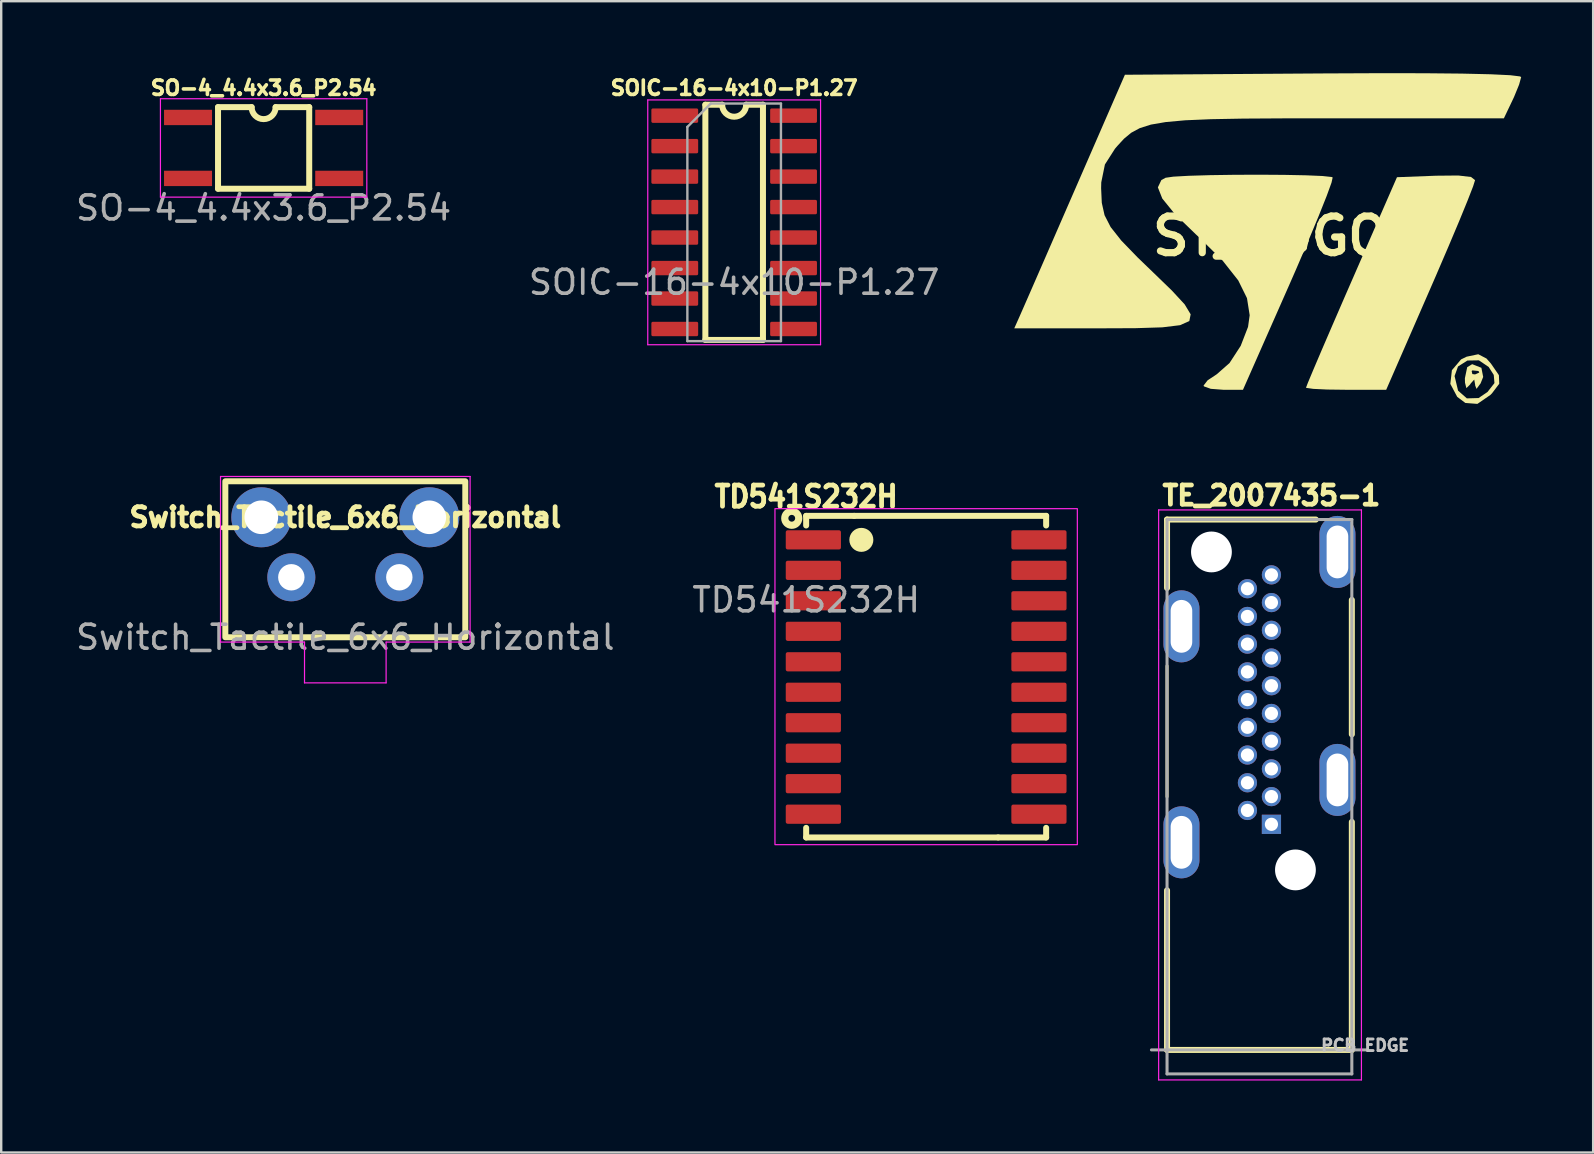
<source format=kicad_pcb>
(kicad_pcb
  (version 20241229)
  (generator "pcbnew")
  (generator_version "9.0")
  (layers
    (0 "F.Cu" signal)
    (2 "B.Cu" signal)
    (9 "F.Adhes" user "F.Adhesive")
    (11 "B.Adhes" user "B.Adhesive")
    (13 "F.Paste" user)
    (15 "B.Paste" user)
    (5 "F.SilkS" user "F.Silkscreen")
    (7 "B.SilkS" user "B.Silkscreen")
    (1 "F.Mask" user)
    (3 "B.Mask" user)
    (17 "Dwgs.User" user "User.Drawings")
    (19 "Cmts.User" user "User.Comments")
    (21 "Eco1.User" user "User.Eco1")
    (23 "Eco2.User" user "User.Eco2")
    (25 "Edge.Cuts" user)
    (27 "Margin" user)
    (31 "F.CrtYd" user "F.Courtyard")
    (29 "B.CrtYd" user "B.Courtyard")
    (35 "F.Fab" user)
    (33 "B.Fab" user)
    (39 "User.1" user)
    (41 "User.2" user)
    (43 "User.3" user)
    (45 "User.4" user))
  (footprint "ST_LOGO"
    (layer "F.Cu")
    (at 49.877 6.789)
    (property "Reference" "ST_LOGO" (at 0 0 0) (layer "F.SilkS") (effects (font (size 1.524 1.524) (thickness 0.3))))
    (attr board_only exclude_from_pos_files exclude_from_bom)
    (fp_poly (pts (xy 8.371 -2.464) (xy 8.538 -2.332) (xy 8.456 -2.072) (xy 8.226 -1.481) (xy 7.874 -0.62) (xy 7.423 0.449) (xy 6.9 1.667) (xy 6.686 2.159) (xy 4.835 6.403) (xy 3.165 6.403) (xy 2.381 6.393) (xy 1.795 6.365) (xy 1.507 6.324) (xy 1.494 6.313) (xy 1.576 6.1) (xy 1.805 5.553) (xy 2.156 4.729) (xy 2.606 3.685) (xy 3.129 2.479) (xy 3.389 1.884) (xy 5.284 -2.455) (xy 6.911 -2.517) (xy 7.838 -2.526)) (stroke (width 0) (type solid)) (fill yes) (layer "F.SilkS"))
    (fp_poly (pts (xy 8.802 5.487) (xy 8.876 5.868) (xy 8.769 6.135) (xy 8.598 6.366) (xy 8.542 6.219) (xy 8.541 6.19) (xy 8.504 5.977) (xy 8.359 6.137) (xy 8.324 6.19) (xy 8.176 6.334) (xy 8.119 6.11) (xy 8.114 5.923) (xy 8.177 5.621) (xy 8.396 5.621) (xy 8.425 5.748) (xy 8.538 5.763) (xy 8.714 5.685) (xy 8.68 5.621) (xy 8.427 5.595) (xy 8.396 5.621) (xy 8.177 5.621) (xy 8.211 5.46) (xy 8.418 5.336)) (stroke (width 0) (type solid)) (fill yes) (layer "F.SilkS"))
    (fp_poly (pts (xy 9.014 5.1) (xy 9.2 5.311) (xy 9.531 5.793) (xy 9.546 6.151) (xy 9.244 6.55) (xy 9.178 6.617) (xy 8.635 6.991) (xy 8.133 6.952) (xy 7.794 6.697) (xy 7.507 6.157) (xy 7.545 5.831) (xy 7.684 5.831) (xy 7.83 6.439) (xy 8.197 6.761) (xy 8.684 6.747) (xy 9.056 6.495) (xy 9.346 6.124) (xy 9.317 5.784) (xy 9.105 5.452) (xy 8.698 5.176) (xy 8.219 5.184) (xy 7.827 5.433) (xy 7.684 5.831) (xy 7.545 5.831) (xy 7.573 5.587) (xy 7.955 5.137) (xy 8.187 5.024) (xy 8.671 4.922)) (stroke (width 0) (type solid)) (fill yes) (layer "F.SilkS"))
    (fp_poly (pts (xy 0.592 -2.552) (xy 1.494 -2.534) (xy 2.18 -2.505) (xy 2.56 -2.464) (xy 2.605 -2.446) (xy 2.556 -2.227) (xy 2.355 -1.674) (xy 2.025 -0.847) (xy 1.589 0.199) (xy 1.07 1.406) (xy 0.794 2.036) (xy -1.133 6.403) (xy -1.954 6.403) (xy -2.476 6.363) (xy -2.759 6.261) (xy -2.775 6.226) (xy -2.607 6.009) (xy -2.222 5.753) (xy -1.694 5.288) (xy -1.228 4.573) (xy -0.922 3.782) (xy -0.854 3.296) (xy -0.966 2.585) (xy -1.33 1.846) (xy -1.983 1.019) (xy -2.965 0.047) (xy -3.097 -0.074) (xy -3.972 -0.921) (xy -4.496 -1.567) (xy -4.679 -2.032) (xy -4.533 -2.338) (xy -4.358 -2.432) (xy -4.035 -2.478) (xy -3.392 -2.514) (xy -2.518 -2.54) (xy -1.504 -2.555) (xy -0.437 -2.559)) (stroke (width 0) (type solid)) (fill yes) (layer "F.SilkS"))
    (fp_poly (pts (xy 6.414 -6.787) (xy 7.99 -6.772) (xy 9.191 -6.744) (xy 10.003 -6.705) (xy 10.411 -6.655) (xy 10.459 -6.627) (xy 10.373 -6.313) (xy 10.162 -5.798) (xy 10.099 -5.664) (xy 9.739 -4.909) (xy 2.622 -4.909) (xy 0.556 -4.907) (xy -1.128 -4.897) (xy -2.477 -4.872) (xy -3.536 -4.827) (xy -4.351 -4.753) (xy -4.969 -4.647) (xy -5.433 -4.5) (xy -5.792 -4.306) (xy -6.089 -4.06) (xy -6.371 -3.754) (xy -6.467 -3.641) (xy -6.886 -2.985) (xy -7.038 -2.24) (xy -7.044 -1.997) (xy -7.016 -1.386) (xy -6.901 -0.872) (xy -6.647 -0.377) (xy -6.206 0.182) (xy -5.528 0.883) (xy -4.881 1.507) (xy -4.094 2.269) (xy -3.563 2.844) (xy -3.313 3.258) (xy -3.368 3.538) (xy -3.754 3.711) (xy -4.494 3.801) (xy -5.613 3.836) (xy -7.062 3.842) (xy -10.663 3.842) (xy -10.449 3.362) (xy -10.306 3.037) (xy -10.019 2.381) (xy -9.614 1.453) (xy -9.118 0.315) (xy -8.557 -0.974) (xy -8.144 -1.921) (xy -6.053 -6.724) (xy 2.203 -6.779) (xy 4.48 -6.789)) (stroke (width 0) (type solid)) (fill yes) (layer "F.SilkS")))
  (footprint "Switch_Tactile_6x6_Horizontal"
    (layer "F.Cu")
    (at 11.339 21.005)
    (property "Reference" "Switch_Tactile_6x6_Horizontal" (at 0 -2.5 0) (unlocked yes) (layer "F.SilkS") (effects (font (size 0.8 0.8) (thickness 0.2) (bold yes))))
    (attr through_hole)
    (fp_rect (start -5 -4) (end 5 2.5) (stroke (width 0.25) (type default)) (fill no) (layer "F.SilkS"))
    (fp_line (start -5.2 -4.2) (end 5.2 -4.2) (stroke (width 0.05) (type default)) (layer "F.CrtYd"))
    (fp_line (start -5.2 2.7) (end -5.2 -4.2) (stroke (width 0.05) (type default)) (layer "F.CrtYd"))
    (fp_line (start -1.7 2.7) (end -5.2 2.7) (stroke (width 0.05) (type default)) (layer "F.CrtYd"))
    (fp_line (start -1.7 2.7) (end -1.7 4.4) (stroke (width 0.05) (type default)) (layer "F.CrtYd"))
    (fp_line (start -1.7 4.4) (end 1.7 4.4) (stroke (width 0.05) (type default)) (layer "F.CrtYd"))
    (fp_line (start 1.7 4.4) (end 1.7 2.7) (stroke (width 0.05) (type default)) (layer "F.CrtYd"))
    (fp_line (start 5.2 -4.2) (end 5.2 2.7) (stroke (width 0.05) (type default)) (layer "F.CrtYd"))
    (fp_line (start 5.2 2.7) (end 1.7 2.7) (stroke (width 0.05) (type default)) (layer "F.CrtYd"))
    (fp_text user "${REFERENCE}" (at 0 2.5 0) (unlocked yes) (layer "F.Fab") (effects (font (size 1 1) (thickness 0.15))))
    (pad "1" thru_hole circle (at -2.25 0) (size 2 2) (drill 1.1) (layers "*.Cu" "*.Mask"))
    (pad "2" thru_hole circle (at 2.25 0) (size 2 2) (drill 1.1) (layers "*.Cu" "*.Mask"))
    (pad "3" thru_hole circle (at -3.5 -2.5) (size 2.5 2.5) (drill 1.4) (layers "*.Cu" "*.Mask"))
    (pad "3" thru_hole circle (at 3.5 -2.5) (size 2.5 2.5) (drill 1.4) (layers "*.Cu" "*.Mask")))
  (footprint "TE_2007435-1"
    (layer "F.Cu")
    (at 49.93 31.299)
    (property "Reference" "TE_2007435-1" (at 0 -13.7 0) (layer "F.SilkS") (effects (font (size 0.8 0.8) (thickness 0.2) (bold yes))))
    (attr through_hole)
    (fp_line (start -4.35 -12.7) (end -4.35 -9.85) (stroke (width 0.25) (type solid)) (layer "F.SilkS"))
    (fp_line (start -4.35 -12.7) (end 1.85 -12.7) (stroke (width 0.25) (type solid)) (layer "F.SilkS"))
    (fp_line (start -4.35 -6.6) (end -4.35 -1.15) (stroke (width 0.127) (type solid)) (layer "F.SilkS"))
    (fp_line (start -4.35 2.75) (end -4.35 9.4) (stroke (width 0.25) (type solid)) (layer "F.SilkS"))
    (fp_line (start -4.35 9.4) (end 3.35 9.4) (stroke (width 0.25) (type solid)) (layer "F.SilkS"))
    (fp_line (start 3.35 -9.35) (end 3.35 -3.75) (stroke (width 0.25) (type solid)) (layer "F.SilkS"))
    (fp_line (start 3.35 9.4) (end 3.35 -0.1) (stroke (width 0.25) (type solid)) (layer "F.SilkS"))
    (fp_line (start -4.7 -13.1) (end -4.7 -8.1) (stroke (width 0.05) (type solid)) (layer "F.CrtYd"))
    (fp_line (start -4.7 -8.1) (end -4.7 10.65) (stroke (width 0.05) (type solid)) (layer "F.CrtYd"))
    (fp_line (start -4.7 10.65) (end 3.75 10.65) (stroke (width 0.05) (type solid)) (layer "F.CrtYd"))
    (fp_line (start 3.75 -13.1) (end -4.7 -13.1) (stroke (width 0.05) (type solid)) (layer "F.CrtYd"))
    (fp_line (start 3.75 -1.7) (end 3.75 -13.1) (stroke (width 0.05) (type solid)) (layer "F.CrtYd"))
    (fp_line (start 3.75 10.65) (end 3.75 -1.7) (stroke (width 0.05) (type solid)) (layer "F.CrtYd"))
    (fp_line (start -5 9.4) (end 4 9.4) (stroke (width 0.127) (type solid)) (layer "F.Fab"))
    (fp_line (start -4.35 -12.7) (end 3.35 -12.7) (stroke (width 0.127) (type solid)) (layer "F.Fab"))
    (fp_line (start -4.35 10.4) (end -4.35 -12.7) (stroke (width 0.127) (type solid)) (layer "F.Fab"))
    (fp_line (start -4.35 10.4) (end 3.35 10.4) (stroke (width 0.127) (type solid)) (layer "F.Fab"))
    (fp_line (start 3.35 -12.7) (end 3.35 10.4) (stroke (width 0.127) (type solid)) (layer "F.Fab"))
    (fp_text user "PCB EDGE" (at 3.904 9.21 0) (layer "Dwgs.User") (effects (font (size 0.481 0.481) (thickness 0.12))))
    (pad "" np_thru_hole circle (at -2.5 -11.35) (size 1.7 1.7) (drill 1.7) (layers "*.Cu" "*.Mask"))
    (pad "" np_thru_hole circle (at 1 1.9) (size 1.7 1.7) (drill 1.7) (layers "*.Cu" "*.Mask"))
    (pad "1" thru_hole rect (at 0 0) (size 0.8 0.8) (drill 0.55) (layers "*.Cu" "*.Mask"))
    (pad "2" thru_hole circle (at -1 -0.578) (size 0.8 0.8) (drill 0.55) (layers "*.Cu" "*.Mask"))
    (pad "3" thru_hole circle (at 0 -1.155) (size 0.8 0.8) (drill 0.55) (layers "*.Cu" "*.Mask"))
    (pad "4" thru_hole circle (at -1 -1.732) (size 0.8 0.8) (drill 0.55) (layers "*.Cu" "*.Mask"))
    (pad "5" thru_hole circle (at 0 -2.31) (size 0.8 0.8) (drill 0.55) (layers "*.Cu" "*.Mask"))
    (pad "6" thru_hole circle (at -1 -2.888) (size 0.8 0.8) (drill 0.55) (layers "*.Cu" "*.Mask"))
    (pad "7" thru_hole circle (at 0 -3.465) (size 0.8 0.8) (drill 0.55) (layers "*.Cu" "*.Mask"))
    (pad "8" thru_hole circle (at -1 -4.043) (size 0.8 0.8) (drill 0.55) (layers "*.Cu" "*.Mask"))
    (pad "9" thru_hole circle (at 0 -4.62) (size 0.8 0.8) (drill 0.55) (layers "*.Cu" "*.Mask"))
    (pad "10" thru_hole circle (at -1 -5.197) (size 0.8 0.8) (drill 0.55) (layers "*.Cu" "*.Mask"))
    (pad "11" thru_hole circle (at 0 -5.775) (size 0.8 0.8) (drill 0.55) (layers "*.Cu" "*.Mask"))
    (pad "12" thru_hole circle (at -1 -6.353) (size 0.8 0.8) (drill 0.55) (layers "*.Cu" "*.Mask"))
    (pad "13" thru_hole circle (at 0 -6.93) (size 0.8 0.8) (drill 0.55) (layers "*.Cu" "*.Mask"))
    (pad "14" thru_hole circle (at -1 -7.508) (size 0.8 0.8) (drill 0.55) (layers "*.Cu" "*.Mask"))
    (pad "15" thru_hole circle (at 0 -8.085) (size 0.8 0.8) (drill 0.55) (layers "*.Cu" "*.Mask"))
    (pad "16" thru_hole circle (at -1 -8.662) (size 0.8 0.8) (drill 0.55) (layers "*.Cu" "*.Mask"))
    (pad "17" thru_hole circle (at 0 -9.24) (size 0.8 0.8) (drill 0.55) (layers "*.Cu" "*.Mask"))
    (pad "18" thru_hole circle (at -1 -9.818) (size 0.8 0.8) (drill 0.55) (layers "*.Cu" "*.Mask"))
    (pad "19" thru_hole circle (at 0 -10.395) (size 0.8 0.8) (drill 0.55) (layers "*.Cu" "*.Mask"))
    (pad "SH" thru_hole oval (at -3.75 -8.25) (size 1.5 3) (drill oval 0.9 2.2) (layers "*.Cu" "*.Mask"))
    (pad "SH" thru_hole oval (at -3.75 0.75) (size 1.5 3) (drill oval 0.9 2.2) (layers "*.Cu" "*.Mask"))
    (pad "SH" thru_hole oval (at 2.75 -11.35) (size 1.5 3) (drill oval 0.9 2.2) (layers "*.Cu" "*.Mask"))
    (pad "SH" thru_hole oval (at 2.75 -1.85) (size 1.5 3) (drill oval 0.9 2.2) (layers "*.Cu" "*.Mask")))
  (footprint "SOIC-16-4x10-P1.27"
    (layer "F.Cu")
    (at 27.542 6.214)
    (property "Reference" "SOIC-16-4x10-P1.27" (at 0 -5.6 0) (unlocked yes) (layer "F.SilkS") (effects (font (size 0.6 0.6) (thickness 0.15) (bold yes))))
    (attr smd)
    (fp_line (start -1.2 4.9) (end -1.2 -4.9) (stroke (width 0.25) (type default)) (layer "F.SilkS"))
    (fp_line (start -0.5 -4.9) (end -1.2 -4.9) (stroke (width 0.25) (type default)) (layer "F.SilkS"))
    (fp_line (start 0.5 -4.9) (end 1.2 -4.9) (stroke (width 0.25) (type default)) (layer "F.SilkS"))
    (fp_line (start 1.2 -4.9) (end 1.2 4.9) (stroke (width 0.25) (type default)) (layer "F.SilkS"))
    (fp_line (start 1.2 4.9) (end -1.2 4.9) (stroke (width 0.25) (type default)) (layer "F.SilkS"))
    (fp_arc (start 0.5 -4.9) (mid 0 -4.4) (end -0.5 -4.9) (stroke (width 0.25) (type default)) (layer "F.SilkS"))
    (fp_line (start -3.6 -5.1) (end -3.6 5.1) (stroke (width 0.05) (type solid)) (layer "F.CrtYd"))
    (fp_line (start -3.6 5.1) (end 3.6 5.1) (stroke (width 0.05) (type solid)) (layer "F.CrtYd"))
    (fp_line (start 3.6 -5.1) (end -3.6 -5.1) (stroke (width 0.05) (type solid)) (layer "F.CrtYd"))
    (fp_line (start 3.6 5.1) (end 3.6 -5.1) (stroke (width 0.05) (type solid)) (layer "F.CrtYd"))
    (fp_line (start -1.95 -3.975) (end -0.975 -4.95) (stroke (width 0.1) (type solid)) (layer "F.Fab"))
    (fp_line (start -1.95 4.95) (end -1.95 -3.975) (stroke (width 0.1) (type solid)) (layer "F.Fab"))
    (fp_line (start -0.975 -4.95) (end 1.95 -4.95) (stroke (width 0.1) (type solid)) (layer "F.Fab"))
    (fp_line (start 1.95 -4.95) (end 1.95 4.95) (stroke (width 0.1) (type solid)) (layer "F.Fab"))
    (fp_line (start 1.95 4.95) (end -1.95 4.95) (stroke (width 0.1) (type solid)) (layer "F.Fab"))
    (fp_text user "${REFERENCE}" (at 0 2.5 0) (unlocked yes) (layer "F.Fab") (effects (font (size 1 1) (thickness 0.15))))
    (pad "1" smd roundrect (at -2.475 -4.445) (size 1.95 0.6) (layers "F.Cu" "F.Mask" "F.Paste") (roundrect_rratio 0.1))
    (pad "2" smd roundrect (at -2.475 -3.175) (size 1.95 0.6) (layers "F.Cu" "F.Mask" "F.Paste") (roundrect_rratio 0.1))
    (pad "3" smd roundrect (at -2.475 -1.905) (size 1.95 0.6) (layers "F.Cu" "F.Mask" "F.Paste") (roundrect_rratio 0.1))
    (pad "4" smd roundrect (at -2.475 -0.635) (size 1.95 0.6) (layers "F.Cu" "F.Mask" "F.Paste") (roundrect_rratio 0.1))
    (pad "5" smd roundrect (at -2.475 0.635) (size 1.95 0.6) (layers "F.Cu" "F.Mask" "F.Paste") (roundrect_rratio 0.1))
    (pad "6" smd roundrect (at -2.475 1.905) (size 1.95 0.6) (layers "F.Cu" "F.Mask" "F.Paste") (roundrect_rratio 0.1))
    (pad "7" smd roundrect (at -2.475 3.175) (size 1.95 0.6) (layers "F.Cu" "F.Mask" "F.Paste") (roundrect_rratio 0.1))
    (pad "8" smd roundrect (at -2.475 4.445) (size 1.95 0.6) (layers "F.Cu" "F.Mask" "F.Paste") (roundrect_rratio 0.1))
    (pad "9" smd roundrect (at 2.475 4.445) (size 1.95 0.6) (layers "F.Cu" "F.Mask" "F.Paste") (roundrect_rratio 0.1))
    (pad "10" smd roundrect (at 2.475 3.175) (size 1.95 0.6) (layers "F.Cu" "F.Mask" "F.Paste") (roundrect_rratio 0.1))
    (pad "11" smd roundrect (at 2.475 1.905) (size 1.95 0.6) (layers "F.Cu" "F.Mask" "F.Paste") (roundrect_rratio 0.1))
    (pad "12" smd roundrect (at 2.475 0.635) (size 1.95 0.6) (layers "F.Cu" "F.Mask" "F.Paste") (roundrect_rratio 0.1))
    (pad "13" smd roundrect (at 2.475 -0.635) (size 1.95 0.6) (layers "F.Cu" "F.Mask" "F.Paste") (roundrect_rratio 0.1))
    (pad "14" smd roundrect (at 2.475 -1.905) (size 1.95 0.6) (layers "F.Cu" "F.Mask" "F.Paste") (roundrect_rratio 0.1))
    (pad "15" smd roundrect (at 2.475 -3.175) (size 1.95 0.6) (layers "F.Cu" "F.Mask" "F.Paste") (roundrect_rratio 0.1))
    (pad "16" smd roundrect (at 2.475 -4.445) (size 1.95 0.6) (layers "F.Cu" "F.Mask" "F.Paste") (roundrect_rratio 0.1)))
  (footprint "TD541S232H"
    (layer "F.Cu")
    (at 30.542 19.446)
    (property "Reference" "TD541S232H" (at 0 -1.8 0) (unlocked yes) (layer "F.SilkS") (effects (font (size 0.88 0.8) (thickness 0.2) (bold yes))))
    (attr smd)
    (fp_line (start 0 -1) (end 2 -1) (stroke (width 0.25) (type default)) (layer "F.SilkS"))
    (fp_line (start 0 -0.6) (end 0 -1) (stroke (width 0.25) (type default)) (layer "F.SilkS"))
    (fp_line (start 0 12.4) (end 0 12) (stroke (width 0.25) (type default)) (layer "F.SilkS"))
    (fp_line (start 2 -1) (end 10 -1) (stroke (width 0.25) (type default)) (layer "F.SilkS"))
    (fp_line (start 8 12.4) (end 0 12.4) (stroke (width 0.25) (type default)) (layer "F.SilkS"))
    (fp_line (start 10 -1) (end 10 -0.6) (stroke (width 0.25) (type default)) (layer "F.SilkS"))
    (fp_line (start 10 12) (end 10 12.4) (stroke (width 0.25) (type default)) (layer "F.SilkS"))
    (fp_line (start 10 12.4) (end 8 12.4) (stroke (width 0.25) (type default)) (layer "F.SilkS"))
    (fp_circle (center -0.6 -0.9) (end -0.7 -1) (stroke (width 0.3) (type default)) (fill no) (layer "F.SilkS"))
    (fp_circle (center 2.3 0) (end 2.55 0) (stroke (width 0.5) (type default)) (fill no) (layer "F.SilkS"))
    (fp_rect (start -1.3 -1.3) (end 11.3 12.7) (stroke (width 0.05) (type default)) (fill no) (layer "F.CrtYd"))
    (fp_text user "${REFERENCE}" (at 0 2.5 0) (unlocked yes) (layer "F.Fab") (effects (font (size 1 1) (thickness 0.15))))
    (pad "1" smd roundrect (at 0.3 0) (size 2.3 0.8) (layers "F.Cu" "F.Mask" "F.Paste") (roundrect_rratio 0.1))
    (pad "2" smd roundrect (at 0.3 1.27) (size 2.3 0.8) (layers "F.Cu" "F.Mask" "F.Paste") (roundrect_rratio 0.1))
    (pad "3" smd roundrect (at 0.3 2.54) (size 2.3 0.8) (layers "F.Cu" "F.Mask" "F.Paste") (roundrect_rratio 0.1))
    (pad "4" smd roundrect (at 0.3 3.81) (size 2.3 0.8) (layers "F.Cu" "F.Mask" "F.Paste") (roundrect_rratio 0.1))
    (pad "5" smd roundrect (at 0.3 5.08) (size 2.3 0.8) (layers "F.Cu" "F.Mask" "F.Paste") (roundrect_rratio 0.1))
    (pad "6" smd roundrect (at 0.3 6.35) (size 2.3 0.8) (layers "F.Cu" "F.Mask" "F.Paste") (roundrect_rratio 0.1))
    (pad "7" smd roundrect (at 0.3 7.62) (size 2.3 0.8) (layers "F.Cu" "F.Mask" "F.Paste") (roundrect_rratio 0.1))
    (pad "8" smd roundrect (at 0.3 8.89) (size 2.3 0.8) (layers "F.Cu" "F.Mask" "F.Paste") (roundrect_rratio 0.1))
    (pad "9" smd roundrect (at 0.3 10.16) (size 2.3 0.8) (layers "F.Cu" "F.Mask" "F.Paste") (roundrect_rratio 0.1))
    (pad "10" smd roundrect (at 0.3 11.43) (size 2.3 0.8) (layers "F.Cu" "F.Mask" "F.Paste") (roundrect_rratio 0.1))
    (pad "11" smd roundrect (at 9.7 11.43 180) (size 2.3 0.8) (layers "F.Cu" "F.Mask" "F.Paste") (roundrect_rratio 0.1))
    (pad "12" smd roundrect (at 9.7 10.16 180) (size 2.3 0.8) (layers "F.Cu" "F.Mask" "F.Paste") (roundrect_rratio 0.1))
    (pad "13" smd roundrect (at 9.7 8.89 180) (size 2.3 0.8) (layers "F.Cu" "F.Mask" "F.Paste") (roundrect_rratio 0.1))
    (pad "14" smd roundrect (at 9.7 7.62 180) (size 2.3 0.8) (layers "F.Cu" "F.Mask" "F.Paste") (roundrect_rratio 0.1))
    (pad "15" smd roundrect (at 9.7 6.35 180) (size 2.3 0.8) (layers "F.Cu" "F.Mask" "F.Paste") (roundrect_rratio 0.1))
    (pad "16" smd roundrect (at 9.7 5.08 180) (size 2.3 0.8) (layers "F.Cu" "F.Mask" "F.Paste") (roundrect_rratio 0.1))
    (pad "17" smd roundrect (at 9.7 3.81 180) (size 2.3 0.8) (layers "F.Cu" "F.Mask" "F.Paste") (roundrect_rratio 0.1))
    (pad "18" smd roundrect (at 9.7 2.54 180) (size 2.3 0.8) (layers "F.Cu" "F.Mask" "F.Paste") (roundrect_rratio 0.1))
    (pad "19" smd roundrect (at 9.7 1.27 180) (size 2.3 0.8) (layers "F.Cu" "F.Mask" "F.Paste") (roundrect_rratio 0.1))
    (pad "20" smd roundrect (at 9.7 0 180) (size 2.3 0.8) (layers "F.Cu" "F.Mask" "F.Paste") (roundrect_rratio 0.1)))
  (footprint "SO-4_4.4x3.6_P2.54"
    (layer "F.Cu")
    (at 7.935 3.114)
    (property "Reference" "SO-4_4.4x3.6_P2.54" (at 0 -2.5 0) (unlocked yes) (layer "F.SilkS") (effects (font (size 0.6 0.6) (thickness 0.15) (bold yes))))
    (attr smd)
    (fp_line (start -1.9 -1.7) (end -1.9 1.7) (stroke (width 0.25) (type default)) (layer "F.SilkS"))
    (fp_line (start -1.9 1.7) (end 1.9 1.7) (stroke (width 0.25) (type default)) (layer "F.SilkS"))
    (fp_line (start -0.5 -1.7) (end -1.9 -1.7) (stroke (width 0.25) (type default)) (layer "F.SilkS"))
    (fp_line (start 0.5 -1.7) (end 1.9 -1.7) (stroke (width 0.25) (type default)) (layer "F.SilkS"))
    (fp_line (start 1.9 1.7) (end 1.9 -1.7) (stroke (width 0.25) (type default)) (layer "F.SilkS"))
    (fp_arc (start 0.5 -1.7) (mid 0 -1.2) (end -0.5 -1.7) (stroke (width 0.25) (type default)) (layer "F.SilkS"))
    (fp_line (start -4.3 -2.05) (end -4.3 2.05) (stroke (width 0.05) (type solid)) (layer "F.CrtYd"))
    (fp_line (start -4.3 -2.05) (end 4.3 -2.05) (stroke (width 0.05) (type solid)) (layer "F.CrtYd"))
    (fp_line (start 4.3 2.05) (end -4.3 2.05) (stroke (width 0.05) (type solid)) (layer "F.CrtYd"))
    (fp_line (start 4.3 2.05) (end 4.3 -2.05) (stroke (width 0.05) (type solid)) (layer "F.CrtYd"))
    (fp_text user "${REFERENCE}" (at 0 2.5 0) (unlocked yes) (layer "F.Fab") (effects (font (size 1 1) (thickness 0.15))))
    (pad "1" smd rect (at -3.15 -1.27) (size 2 0.64) (layers "F.Cu" "F.Mask" "F.Paste"))
    (pad "2" smd rect (at -3.15 1.27) (size 2 0.64) (layers "F.Cu" "F.Mask" "F.Paste"))
    (pad "3" smd rect (at 3.15 1.27) (size 2 0.64) (layers "F.Cu" "F.Mask" "F.Paste"))
    (pad "4" smd rect (at 3.15 -1.27) (size 2 0.64) (layers "F.Cu" "F.Mask" "F.Paste")))
  (gr_rect
    (start -3 -3)
    (end 63.336 44.974)
    (stroke (width 0.1) (type default))
    (fill no)
    (layer "Edge.Cuts")))
</source>
